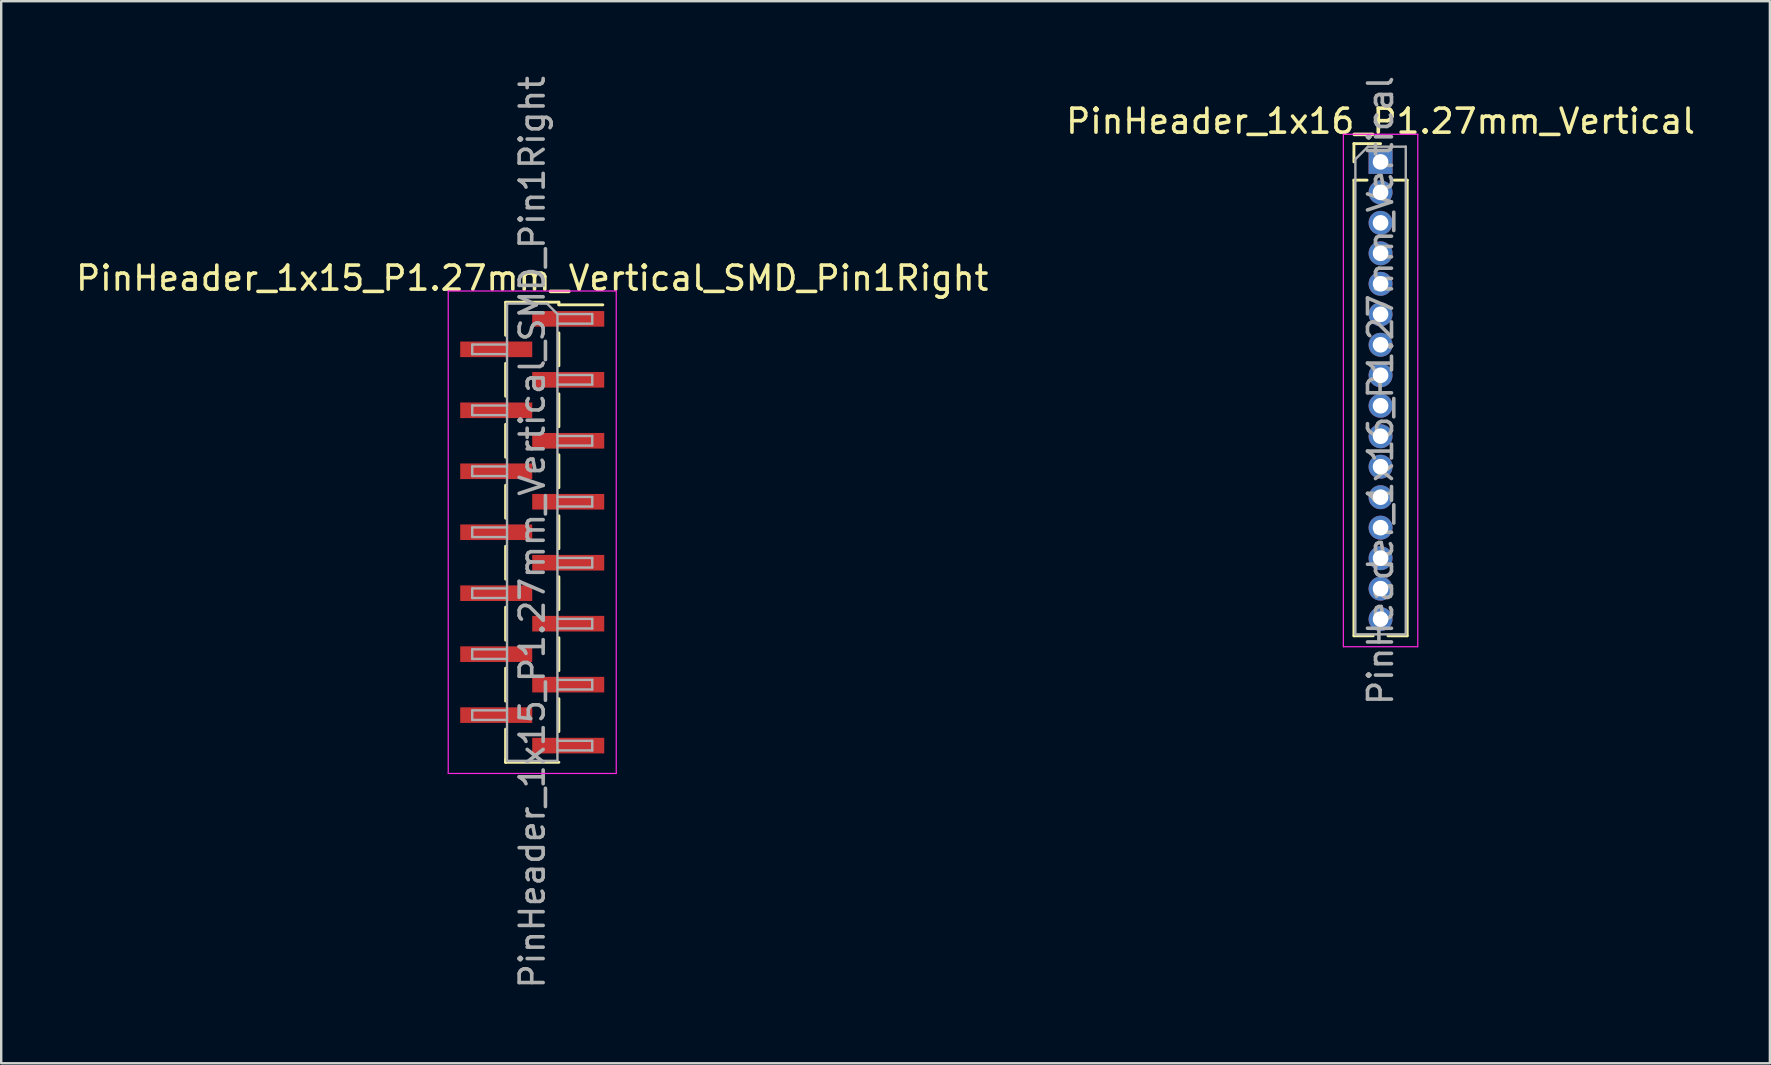
<source format=kicad_pcb>
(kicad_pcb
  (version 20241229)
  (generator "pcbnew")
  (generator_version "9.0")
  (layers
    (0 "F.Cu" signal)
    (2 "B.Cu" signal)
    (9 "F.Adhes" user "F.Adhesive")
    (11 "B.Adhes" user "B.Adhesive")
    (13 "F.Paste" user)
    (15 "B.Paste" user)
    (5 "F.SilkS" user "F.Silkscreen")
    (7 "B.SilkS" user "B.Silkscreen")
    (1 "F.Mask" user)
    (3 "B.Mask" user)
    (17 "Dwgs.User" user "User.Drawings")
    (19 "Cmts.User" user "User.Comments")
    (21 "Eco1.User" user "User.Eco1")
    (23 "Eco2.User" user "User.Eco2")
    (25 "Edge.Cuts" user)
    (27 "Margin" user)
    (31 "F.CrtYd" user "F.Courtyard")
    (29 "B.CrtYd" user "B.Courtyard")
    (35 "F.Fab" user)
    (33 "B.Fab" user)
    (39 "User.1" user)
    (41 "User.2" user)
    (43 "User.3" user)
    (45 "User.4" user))
  (footprint "PinHeader_1x15_P1.27mm_Vertical_SMD_Pin1Right"
    (layer "F.Cu")
    (at 19.125 19.125)
    (property "Reference" "PinHeader_1x15_P1.27mm_Vertical_SMD_Pin1Right" (at 0 -10.585 0) (layer "F.SilkS") (effects (font (size 1 1) (thickness 0.15))))
    (attr smd)
    (fp_line (start -1.11 -9.585) (end 1.11 -9.585) (stroke (width 0.12) (type solid)) (layer "F.SilkS"))
    (fp_line (start -1.11 -9.575) (end -1.11 -8.205) (stroke (width 0.12) (type solid)) (layer "F.SilkS"))
    (fp_line (start -1.11 -7.035) (end -1.11 -5.665) (stroke (width 0.12) (type solid)) (layer "F.SilkS"))
    (fp_line (start -1.11 -4.495) (end -1.11 -3.125) (stroke (width 0.12) (type solid)) (layer "F.SilkS"))
    (fp_line (start -1.11 -1.955) (end -1.11 -0.585) (stroke (width 0.12) (type solid)) (layer "F.SilkS"))
    (fp_line (start -1.11 0.585) (end -1.11 1.955) (stroke (width 0.12) (type solid)) (layer "F.SilkS"))
    (fp_line (start -1.11 3.125) (end -1.11 4.495) (stroke (width 0.12) (type solid)) (layer "F.SilkS"))
    (fp_line (start -1.11 5.665) (end -1.11 7.035) (stroke (width 0.12) (type solid)) (layer "F.SilkS"))
    (fp_line (start -1.11 8.205) (end -1.11 9.575) (stroke (width 0.12) (type solid)) (layer "F.SilkS"))
    (fp_line (start -1.11 9.475) (end -1.11 9.585) (stroke (width 0.12) (type solid)) (layer "F.SilkS"))
    (fp_line (start -1.11 9.585) (end 1.11 9.585) (stroke (width 0.12) (type solid)) (layer "F.SilkS"))
    (fp_line (start 1.11 -9.585) (end 1.11 -9.475) (stroke (width 0.12) (type solid)) (layer "F.SilkS"))
    (fp_line (start 1.11 -9.475) (end 2.94 -9.475) (stroke (width 0.12) (type solid)) (layer "F.SilkS"))
    (fp_line (start 1.11 -8.305) (end 1.11 -6.935) (stroke (width 0.12) (type solid)) (layer "F.SilkS"))
    (fp_line (start 1.11 -5.765) (end 1.11 -4.395) (stroke (width 0.12) (type solid)) (layer "F.SilkS"))
    (fp_line (start 1.11 -3.225) (end 1.11 -1.855) (stroke (width 0.12) (type solid)) (layer "F.SilkS"))
    (fp_line (start 1.11 -0.685) (end 1.11 0.685) (stroke (width 0.12) (type solid)) (layer "F.SilkS"))
    (fp_line (start 1.11 1.855) (end 1.11 3.225) (stroke (width 0.12) (type solid)) (layer "F.SilkS"))
    (fp_line (start 1.11 4.395) (end 1.11 5.765) (stroke (width 0.12) (type solid)) (layer "F.SilkS"))
    (fp_line (start 1.11 6.935) (end 1.11 8.305) (stroke (width 0.12) (type solid)) (layer "F.SilkS"))
    (fp_line (start -3.5 -10.05) (end -3.5 10.05) (stroke (width 0.05) (type solid)) (layer "F.CrtYd"))
    (fp_line (start -3.5 10.05) (end 3.5 10.05) (stroke (width 0.05) (type solid)) (layer "F.CrtYd"))
    (fp_line (start 3.5 -10.05) (end -3.5 -10.05) (stroke (width 0.05) (type solid)) (layer "F.CrtYd"))
    (fp_line (start 3.5 10.05) (end 3.5 -10.05) (stroke (width 0.05) (type solid)) (layer "F.CrtYd"))
    (fp_line (start -2.5 -7.82) (end -2.5 -7.42) (stroke (width 0.1) (type solid)) (layer "F.Fab"))
    (fp_line (start -2.5 -7.42) (end -1.05 -7.42) (stroke (width 0.1) (type solid)) (layer "F.Fab"))
    (fp_line (start -2.5 -5.28) (end -2.5 -4.88) (stroke (width 0.1) (type solid)) (layer "F.Fab"))
    (fp_line (start -2.5 -4.88) (end -1.05 -4.88) (stroke (width 0.1) (type solid)) (layer "F.Fab"))
    (fp_line (start -2.5 -2.74) (end -2.5 -2.34) (stroke (width 0.1) (type solid)) (layer "F.Fab"))
    (fp_line (start -2.5 -2.34) (end -1.05 -2.34) (stroke (width 0.1) (type solid)) (layer "F.Fab"))
    (fp_line (start -2.5 -0.2) (end -2.5 0.2) (stroke (width 0.1) (type solid)) (layer "F.Fab"))
    (fp_line (start -2.5 0.2) (end -1.05 0.2) (stroke (width 0.1) (type solid)) (layer "F.Fab"))
    (fp_line (start -2.5 2.34) (end -2.5 2.74) (stroke (width 0.1) (type solid)) (layer "F.Fab"))
    (fp_line (start -2.5 2.74) (end -1.05 2.74) (stroke (width 0.1) (type solid)) (layer "F.Fab"))
    (fp_line (start -2.5 4.88) (end -2.5 5.28) (stroke (width 0.1) (type solid)) (layer "F.Fab"))
    (fp_line (start -2.5 5.28) (end -1.05 5.28) (stroke (width 0.1) (type solid)) (layer "F.Fab"))
    (fp_line (start -2.5 7.42) (end -2.5 7.82) (stroke (width 0.1) (type solid)) (layer "F.Fab"))
    (fp_line (start -2.5 7.82) (end -1.05 7.82) (stroke (width 0.1) (type solid)) (layer "F.Fab"))
    (fp_line (start -1.05 -9.525) (end -1.05 9.525) (stroke (width 0.1) (type solid)) (layer "F.Fab"))
    (fp_line (start -1.05 -9.525) (end 0.615 -9.525) (stroke (width 0.1) (type solid)) (layer "F.Fab"))
    (fp_line (start -1.05 -7.82) (end -2.5 -7.82) (stroke (width 0.1) (type solid)) (layer "F.Fab"))
    (fp_line (start -1.05 -5.28) (end -2.5 -5.28) (stroke (width 0.1) (type solid)) (layer "F.Fab"))
    (fp_line (start -1.05 -2.74) (end -2.5 -2.74) (stroke (width 0.1) (type solid)) (layer "F.Fab"))
    (fp_line (start -1.05 -0.2) (end -2.5 -0.2) (stroke (width 0.1) (type solid)) (layer "F.Fab"))
    (fp_line (start -1.05 2.34) (end -2.5 2.34) (stroke (width 0.1) (type solid)) (layer "F.Fab"))
    (fp_line (start -1.05 4.88) (end -2.5 4.88) (stroke (width 0.1) (type solid)) (layer "F.Fab"))
    (fp_line (start -1.05 7.42) (end -2.5 7.42) (stroke (width 0.1) (type solid)) (layer "F.Fab"))
    (fp_line (start 1.05 -9.09) (end 0.615 -9.525) (stroke (width 0.1) (type solid)) (layer "F.Fab"))
    (fp_line (start 1.05 -9.09) (end 2.5 -9.09) (stroke (width 0.1) (type solid)) (layer "F.Fab"))
    (fp_line (start 1.05 -6.55) (end 2.5 -6.55) (stroke (width 0.1) (type solid)) (layer "F.Fab"))
    (fp_line (start 1.05 -4.01) (end 2.5 -4.01) (stroke (width 0.1) (type solid)) (layer "F.Fab"))
    (fp_line (start 1.05 -1.47) (end 2.5 -1.47) (stroke (width 0.1) (type solid)) (layer "F.Fab"))
    (fp_line (start 1.05 1.07) (end 2.5 1.07) (stroke (width 0.1) (type solid)) (layer "F.Fab"))
    (fp_line (start 1.05 3.61) (end 2.5 3.61) (stroke (width 0.1) (type solid)) (layer "F.Fab"))
    (fp_line (start 1.05 6.15) (end 2.5 6.15) (stroke (width 0.1) (type solid)) (layer "F.Fab"))
    (fp_line (start 1.05 8.69) (end 2.5 8.69) (stroke (width 0.1) (type solid)) (layer "F.Fab"))
    (fp_line (start 1.05 9.525) (end -1.05 9.525) (stroke (width 0.1) (type solid)) (layer "F.Fab"))
    (fp_line (start 1.05 9.525) (end 1.05 -9.09) (stroke (width 0.1) (type solid)) (layer "F.Fab"))
    (fp_line (start 2.5 -9.09) (end 2.5 -8.69) (stroke (width 0.1) (type solid)) (layer "F.Fab"))
    (fp_line (start 2.5 -8.69) (end 1.05 -8.69) (stroke (width 0.1) (type solid)) (layer "F.Fab"))
    (fp_line (start 2.5 -6.55) (end 2.5 -6.15) (stroke (width 0.1) (type solid)) (layer "F.Fab"))
    (fp_line (start 2.5 -6.15) (end 1.05 -6.15) (stroke (width 0.1) (type solid)) (layer "F.Fab"))
    (fp_line (start 2.5 -4.01) (end 2.5 -3.61) (stroke (width 0.1) (type solid)) (layer "F.Fab"))
    (fp_line (start 2.5 -3.61) (end 1.05 -3.61) (stroke (width 0.1) (type solid)) (layer "F.Fab"))
    (fp_line (start 2.5 -1.47) (end 2.5 -1.07) (stroke (width 0.1) (type solid)) (layer "F.Fab"))
    (fp_line (start 2.5 -1.07) (end 1.05 -1.07) (stroke (width 0.1) (type solid)) (layer "F.Fab"))
    (fp_line (start 2.5 1.07) (end 2.5 1.47) (stroke (width 0.1) (type solid)) (layer "F.Fab"))
    (fp_line (start 2.5 1.47) (end 1.05 1.47) (stroke (width 0.1) (type solid)) (layer "F.Fab"))
    (fp_line (start 2.5 3.61) (end 2.5 4.01) (stroke (width 0.1) (type solid)) (layer "F.Fab"))
    (fp_line (start 2.5 4.01) (end 1.05 4.01) (stroke (width 0.1) (type solid)) (layer "F.Fab"))
    (fp_line (start 2.5 6.15) (end 2.5 6.55) (stroke (width 0.1) (type solid)) (layer "F.Fab"))
    (fp_line (start 2.5 6.55) (end 1.05 6.55) (stroke (width 0.1) (type solid)) (layer "F.Fab"))
    (fp_line (start 2.5 8.69) (end 2.5 9.09) (stroke (width 0.1) (type solid)) (layer "F.Fab"))
    (fp_line (start 2.5 9.09) (end 1.05 9.09) (stroke (width 0.1) (type solid)) (layer "F.Fab"))
    (fp_text user "${REFERENCE}" (at 0 0 90) (layer "F.Fab") (effects (font (size 1 1) (thickness 0.15))))
    (pad "1" smd rect (at 1.5 -8.89) (size 3 0.65) (layers "F.Cu" "F.Mask" "F.Paste"))
    (pad "2" smd rect (at -1.5 -7.62) (size 3 0.65) (layers "F.Cu" "F.Mask" "F.Paste"))
    (pad "3" smd rect (at 1.5 -6.35) (size 3 0.65) (layers "F.Cu" "F.Mask" "F.Paste"))
    (pad "4" smd rect (at -1.5 -5.08) (size 3 0.65) (layers "F.Cu" "F.Mask" "F.Paste"))
    (pad "5" smd rect (at 1.5 -3.81) (size 3 0.65) (layers "F.Cu" "F.Mask" "F.Paste"))
    (pad "6" smd rect (at -1.5 -2.54) (size 3 0.65) (layers "F.Cu" "F.Mask" "F.Paste"))
    (pad "7" smd rect (at 1.5 -1.27) (size 3 0.65) (layers "F.Cu" "F.Mask" "F.Paste"))
    (pad "8" smd rect (at -1.5 0) (size 3 0.65) (layers "F.Cu" "F.Mask" "F.Paste"))
    (pad "9" smd rect (at 1.5 1.27) (size 3 0.65) (layers "F.Cu" "F.Mask" "F.Paste"))
    (pad "10" smd rect (at -1.5 2.54) (size 3 0.65) (layers "F.Cu" "F.Mask" "F.Paste"))
    (pad "11" smd rect (at 1.5 3.81) (size 3 0.65) (layers "F.Cu" "F.Mask" "F.Paste"))
    (pad "12" smd rect (at -1.5 5.08) (size 3 0.65) (layers "F.Cu" "F.Mask" "F.Paste"))
    (pad "13" smd rect (at 1.5 6.35) (size 3 0.65) (layers "F.Cu" "F.Mask" "F.Paste"))
    (pad "14" smd rect (at -1.5 7.62) (size 3 0.65) (layers "F.Cu" "F.Mask" "F.Paste"))
    (pad "15" smd rect (at 1.5 8.89) (size 3 0.65) (layers "F.Cu" "F.Mask" "F.Paste")))
  (footprint "PinHeader_1x16_P1.27mm_Vertical"
    (layer "F.Cu")
    (at 54.47 3.695)
    (property "Reference" "PinHeader_1x16_P1.27mm_Vertical" (at 0 -1.695 0) (layer "F.SilkS") (effects (font (size 1 1) (thickness 0.15))))
    (attr through_hole)
    (fp_line (start -1.11 -0.76) (end 0 -0.76) (stroke (width 0.12) (type solid)) (layer "F.SilkS"))
    (fp_line (start -1.11 0) (end -1.11 -0.76) (stroke (width 0.12) (type solid)) (layer "F.SilkS"))
    (fp_line (start -1.11 0.76) (end -1.11 19.745) (stroke (width 0.12) (type solid)) (layer "F.SilkS"))
    (fp_line (start -1.11 0.76) (end -0.563 0.76) (stroke (width 0.12) (type solid)) (layer "F.SilkS"))
    (fp_line (start -1.11 19.745) (end -0.308 19.745) (stroke (width 0.12) (type solid)) (layer "F.SilkS"))
    (fp_line (start 0.308 19.745) (end 1.11 19.745) (stroke (width 0.12) (type solid)) (layer "F.SilkS"))
    (fp_line (start 0.563 0.76) (end 1.11 0.76) (stroke (width 0.12) (type solid)) (layer "F.SilkS"))
    (fp_line (start 1.11 0.76) (end 1.11 19.745) (stroke (width 0.12) (type solid)) (layer "F.SilkS"))
    (fp_line (start -1.55 -1.15) (end -1.55 20.2) (stroke (width 0.05) (type solid)) (layer "F.CrtYd"))
    (fp_line (start -1.55 20.2) (end 1.55 20.2) (stroke (width 0.05) (type solid)) (layer "F.CrtYd"))
    (fp_line (start 1.55 -1.15) (end -1.55 -1.15) (stroke (width 0.05) (type solid)) (layer "F.CrtYd"))
    (fp_line (start 1.55 20.2) (end 1.55 -1.15) (stroke (width 0.05) (type solid)) (layer "F.CrtYd"))
    (fp_line (start -1.05 -0.11) (end -0.525 -0.635) (stroke (width 0.1) (type solid)) (layer "F.Fab"))
    (fp_line (start -1.05 19.685) (end -1.05 -0.11) (stroke (width 0.1) (type solid)) (layer "F.Fab"))
    (fp_line (start -0.525 -0.635) (end 1.05 -0.635) (stroke (width 0.1) (type solid)) (layer "F.Fab"))
    (fp_line (start 1.05 -0.635) (end 1.05 19.685) (stroke (width 0.1) (type solid)) (layer "F.Fab"))
    (fp_line (start 1.05 19.685) (end -1.05 19.685) (stroke (width 0.1) (type solid)) (layer "F.Fab"))
    (fp_text user "${REFERENCE}" (at 0 9.525 90) (layer "F.Fab") (effects (font (size 1 1) (thickness 0.15))))
    (pad "1" thru_hole rect (at 0 0) (size 1 1) (drill 0.65) (layers "*.Cu" "*.Mask"))
    (pad "2" thru_hole oval (at 0 1.27) (size 1 1) (drill 0.65) (layers "*.Cu" "*.Mask"))
    (pad "3" thru_hole oval (at 0 2.54) (size 1 1) (drill 0.65) (layers "*.Cu" "*.Mask"))
    (pad "4" thru_hole oval (at 0 3.81) (size 1 1) (drill 0.65) (layers "*.Cu" "*.Mask"))
    (pad "5" thru_hole oval (at 0 5.08) (size 1 1) (drill 0.65) (layers "*.Cu" "*.Mask"))
    (pad "6" thru_hole oval (at 0 6.35) (size 1 1) (drill 0.65) (layers "*.Cu" "*.Mask"))
    (pad "7" thru_hole oval (at 0 7.62) (size 1 1) (drill 0.65) (layers "*.Cu" "*.Mask"))
    (pad "8" thru_hole oval (at 0 8.89) (size 1 1) (drill 0.65) (layers "*.Cu" "*.Mask"))
    (pad "9" thru_hole oval (at 0 10.16) (size 1 1) (drill 0.65) (layers "*.Cu" "*.Mask"))
    (pad "10" thru_hole oval (at 0 11.43) (size 1 1) (drill 0.65) (layers "*.Cu" "*.Mask"))
    (pad "11" thru_hole oval (at 0 12.7) (size 1 1) (drill 0.65) (layers "*.Cu" "*.Mask"))
    (pad "12" thru_hole oval (at 0 13.97) (size 1 1) (drill 0.65) (layers "*.Cu" "*.Mask"))
    (pad "13" thru_hole oval (at 0 15.24) (size 1 1) (drill 0.65) (layers "*.Cu" "*.Mask"))
    (pad "14" thru_hole oval (at 0 16.51) (size 1 1) (drill 0.65) (layers "*.Cu" "*.Mask"))
    (pad "15" thru_hole oval (at 0 17.78) (size 1 1) (drill 0.65) (layers "*.Cu" "*.Mask"))
    (pad "16" thru_hole oval (at 0 19.05) (size 1 1) (drill 0.65) (layers "*.Cu" "*.Mask")))
  (gr_rect
    (start -3 -3)
    (end 70.69 41.25)
    (stroke (width 0.1) (type default))
    (fill no)
    (layer "Edge.Cuts")))
</source>
